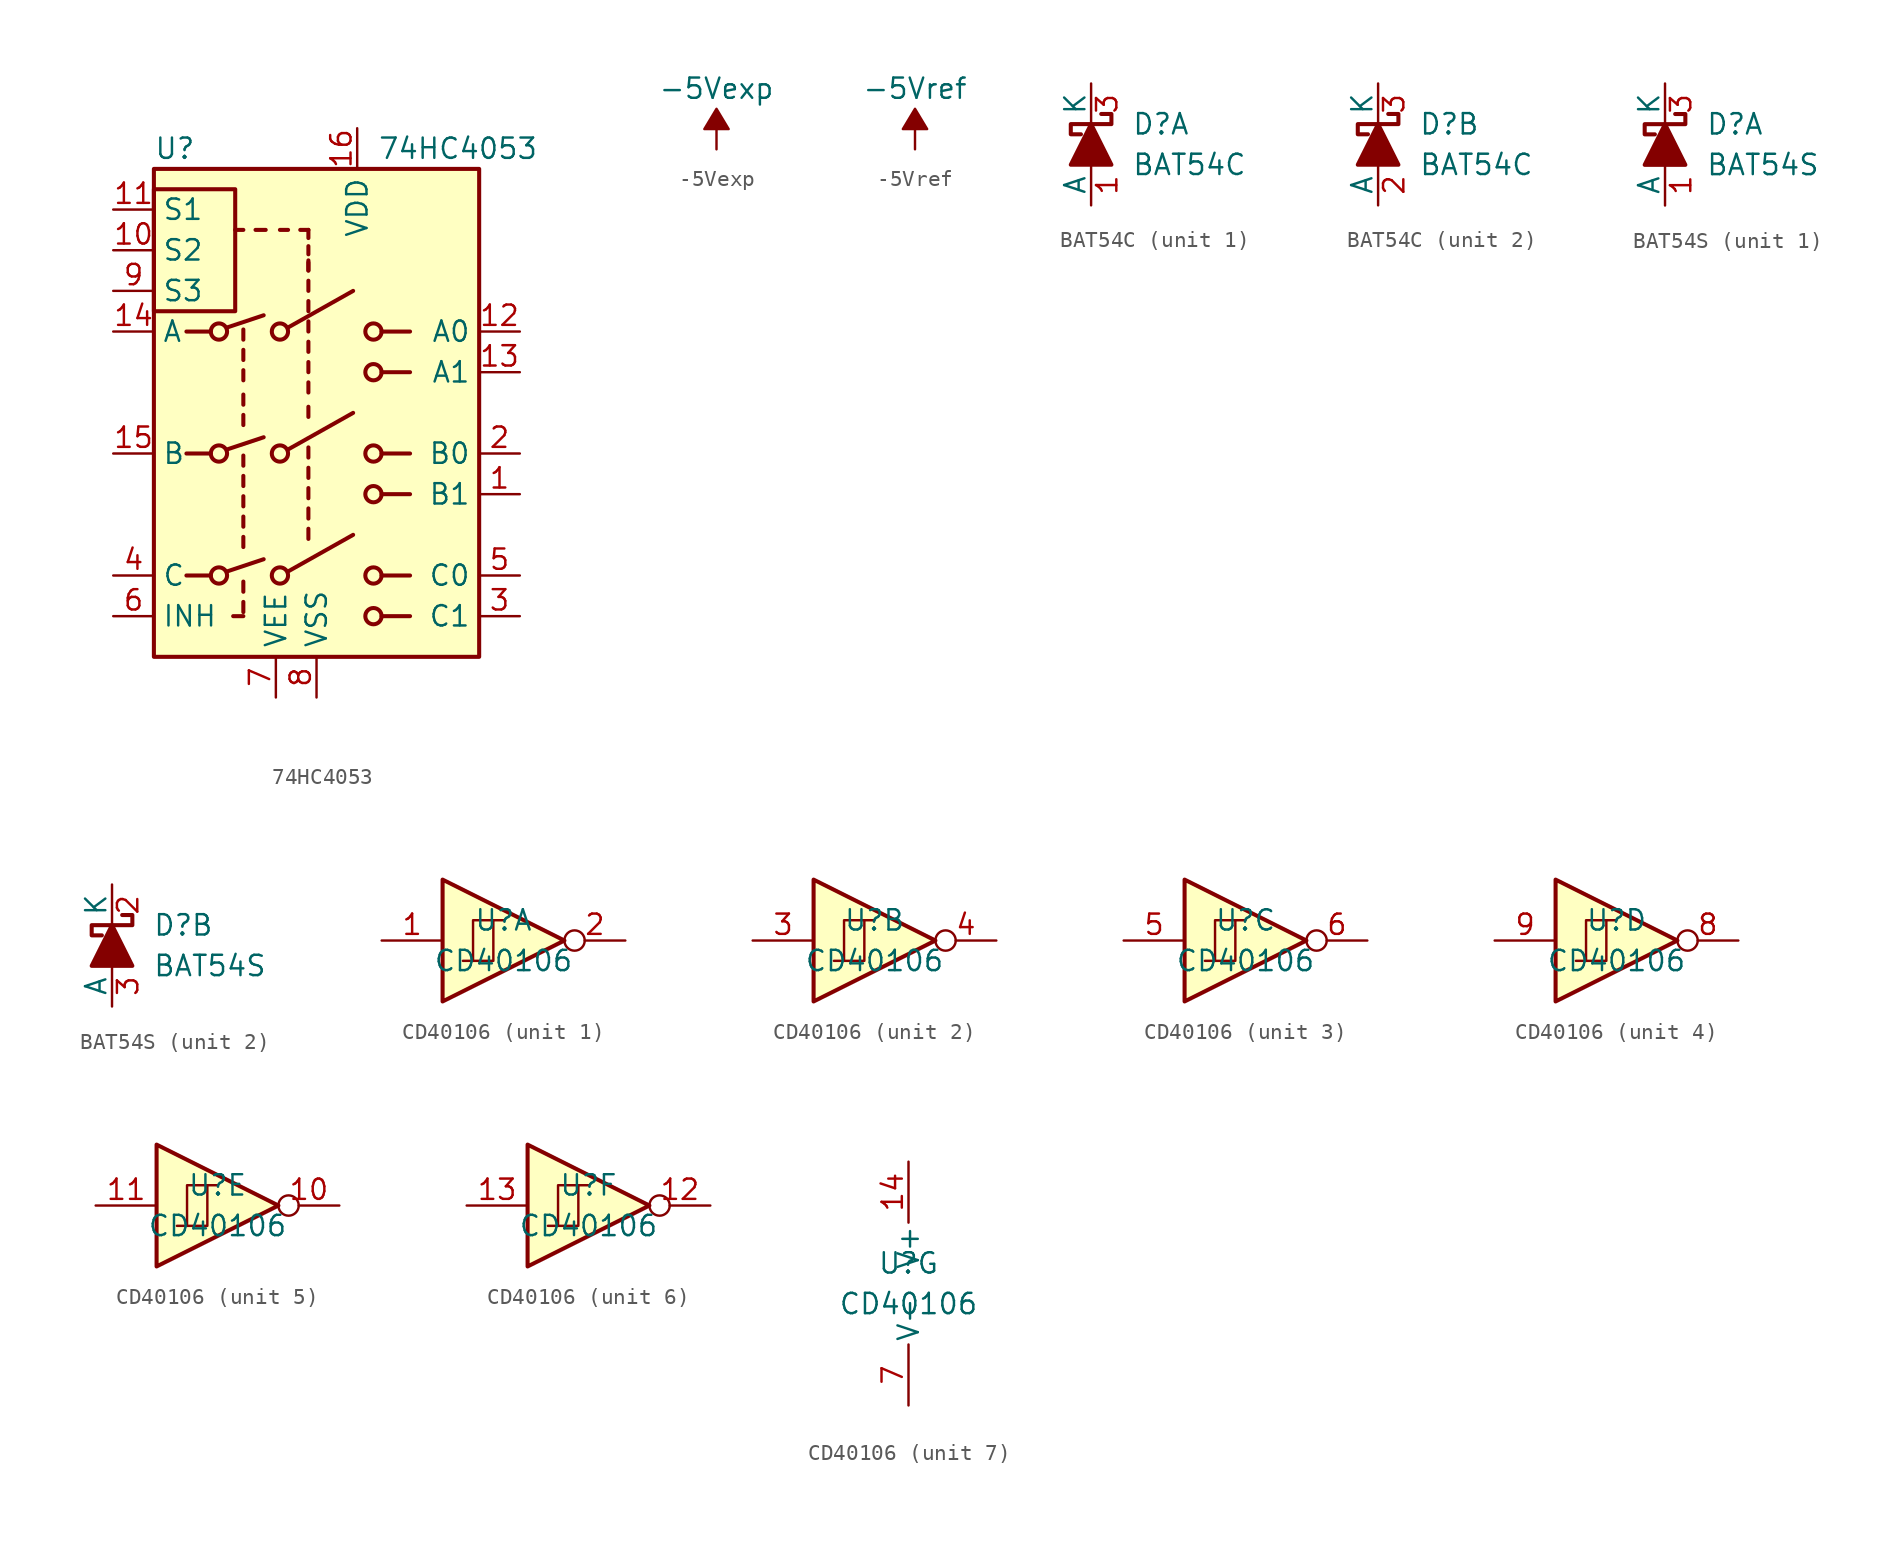
<source format=kicad_sym>
(kicad_symbol_lib
  (version 20231120)
  (generator "kicad_symbol_editor")
  (generator_version "8.0")
  (symbol "74HC4053"
    (property "Reference" "U"
      (at -10.16 16.51 0)
      (effects (font (size 1.27 1.27)) (justify left)))
    (property "Value" "74HC4053"
      (at 3.81 16.51 0)
      (effects (font (size 1.27 1.27)) (justify left)))
    (symbol "74HC4053_0_1"
      (rectangle (start -10.16 6.35) (end -5.08 13.97) (stroke (width 0.254) (type default)) (fill (type none)))
      (rectangle (start -10.16 15.24) (end 10.16 -15.24) (stroke (width 0.254) (type default)) (fill (type background)))
      (circle (center -6.096 -10.16) (radius 0.508) (stroke (width 0.254) (type default)) (fill (type none)))
      (circle (center -6.096 -2.54) (radius 0.508) (stroke (width 0.254) (type default)) (fill (type none)))
      (circle (center -6.096 5.08) (radius 0.508) (stroke (width 0.254) (type default)) (fill (type none)))
      (circle (center -2.286 -10.16) (radius 0.508) (stroke (width 0.254) (type default)) (fill (type none)))
      (circle (center -2.286 -2.54) (radius 0.508) (stroke (width 0.254) (type default)) (fill (type none)))
      (circle (center -2.286 5.08) (radius 0.508) (stroke (width 0.254) (type default)) (fill (type none)))
      (polyline (pts (xy -8.128 -10.16) (xy -6.604 -10.16)) (stroke (width 0.254) (type default)) (fill (type none)))
      (polyline (pts (xy -8.128 -2.54) (xy -6.604 -2.54)) (stroke (width 0.254) (type default)) (fill (type none)))
      (polyline (pts (xy -8.128 5.08) (xy -6.604 5.08)) (stroke (width 0.254) (type default)) (fill (type none)))
      (polyline (pts (xy -5.588 -9.906) (xy -3.302 -9.144)) (stroke (width 0.254) (type default)) (fill (type none)))
      (polyline (pts (xy -5.588 -2.286) (xy -3.302 -1.524)) (stroke (width 0.254) (type default)) (fill (type none)))
      (polyline (pts (xy -5.588 5.334) (xy -3.302 6.096)) (stroke (width 0.254) (type default)) (fill (type none)))
      (polyline (pts (xy -4.572 -12.7) (xy -5.207 -12.7)) (stroke (width 0.254) (type default)) (fill (type none)))
      (polyline (pts (xy -4.572 -12.446) (xy -4.572 -11.811)) (stroke (width 0.254) (type default)) (fill (type none)))
      (polyline (pts (xy -4.572 -11.176) (xy -4.572 -10.541)) (stroke (width 0.254) (type default)) (fill (type none)))
      (polyline (pts (xy -4.572 -8.382) (xy -4.572 -7.747)) (stroke (width 0.254) (type default)) (fill (type none)))
      (polyline (pts (xy -4.572 -7.112) (xy -4.572 -6.477)) (stroke (width 0.254) (type default)) (fill (type none)))
      (polyline (pts (xy -4.572 -5.842) (xy -4.572 -5.207)) (stroke (width 0.254) (type default)) (fill (type none)))
      (polyline (pts (xy -4.572 -4.572) (xy -4.572 -3.937)) (stroke (width 0.254) (type default)) (fill (type none)))
      (polyline (pts (xy -4.572 -3.302) (xy -4.572 -2.667)) (stroke (width 0.254) (type default)) (fill (type none)))
      (polyline (pts (xy -4.572 -0.762) (xy -4.572 -0.127)) (stroke (width 0.254) (type default)) (fill (type none)))
      (polyline (pts (xy -4.572 0.508) (xy -4.572 1.143)) (stroke (width 0.254) (type default)) (fill (type none)))
      (polyline (pts (xy -4.572 2.032) (xy -4.572 2.667)) (stroke (width 0.254) (type default)) (fill (type none)))
      (polyline (pts (xy -4.572 3.302) (xy -4.572 3.937)) (stroke (width 0.254) (type default)) (fill (type none)))
      (polyline (pts (xy -4.572 4.572) (xy -4.572 5.207)) (stroke (width 0.254) (type default)) (fill (type none)))
      (polyline (pts (xy -4.572 11.43) (xy -5.08 11.43)) (stroke (width 0.254) (type default)) (fill (type none)))
      (polyline (pts (xy -3.81 11.43) (xy -3.175 11.43)) (stroke (width 0.254) (type default)) (fill (type none)))
      (polyline (pts (xy -1.778 -9.906) (xy 2.286 -7.62)) (stroke (width 0.254) (type default)) (fill (type none)))
      (polyline (pts (xy -1.778 -2.286) (xy 2.286 0)) (stroke (width 0.254) (type default)) (fill (type none)))
      (polyline (pts (xy -1.778 5.334) (xy 2.286 7.62)) (stroke (width 0.254) (type default)) (fill (type none)))
      (polyline (pts (xy -1.778 11.43) (xy -2.286 11.43)) (stroke (width 0.254) (type default)) (fill (type none)))
      (polyline (pts (xy -0.508 -7.874) (xy -0.508 -7.239)) (stroke (width 0.254) (type default)) (fill (type none)))
      (polyline (pts (xy -0.508 -6.604) (xy -0.508 -5.969)) (stroke (width 0.254) (type default)) (fill (type none)))
      (polyline (pts (xy -0.508 -5.334) (xy -0.508 -4.699)) (stroke (width 0.254) (type default)) (fill (type none)))
      (polyline (pts (xy -0.508 -4.064) (xy -0.508 -3.429)) (stroke (width 0.254) (type default)) (fill (type none)))
      (polyline (pts (xy -0.508 -2.794) (xy -0.508 -2.159)) (stroke (width 0.254) (type default)) (fill (type none)))
      (polyline (pts (xy -0.508 -0.254) (xy -0.508 0.381)) (stroke (width 0.254) (type default)) (fill (type none)))
      (polyline (pts (xy -0.508 1.27) (xy -0.508 1.905)) (stroke (width 0.254) (type default)) (fill (type none)))
      (polyline (pts (xy -0.508 2.54) (xy -0.508 3.175)) (stroke (width 0.254) (type default)) (fill (type none)))
      (polyline (pts (xy -0.508 3.81) (xy -0.508 4.445)) (stroke (width 0.254) (type default)) (fill (type none)))
      (polyline (pts (xy -0.508 5.08) (xy -0.508 5.715)) (stroke (width 0.254) (type default)) (fill (type none)))
      (polyline (pts (xy -0.508 6.35) (xy -0.508 6.985)) (stroke (width 0.254) (type default)) (fill (type none)))
      (polyline (pts (xy -0.508 7.62) (xy -0.508 8.255)) (stroke (width 0.254) (type default)) (fill (type none)))
      (polyline (pts (xy -0.508 8.89) (xy -0.508 9.398)) (stroke (width 0.254) (type default)) (fill (type none)))
      (polyline (pts (xy -0.508 8.89) (xy -0.508 9.525)) (stroke (width 0.254) (type default)) (fill (type none)))
      (polyline (pts (xy -0.508 9.906) (xy -0.508 10.414)) (stroke (width 0.254) (type default)) (fill (type none)))
      (polyline (pts (xy -0.508 10.922) (xy -0.508 11.43)) (stroke (width 0.254) (type default)) (fill (type none)))
      (polyline (pts (xy -0.508 11.43) (xy -1.016 11.43)) (stroke (width 0.254) (type default)) (fill (type none)))
      (polyline (pts (xy 4.064 -12.7) (xy 5.842 -12.7)) (stroke (width 0.254) (type default)) (fill (type none)))
      (polyline (pts (xy 4.064 -10.16) (xy 5.842 -10.16)) (stroke (width 0.254) (type default)) (fill (type none)))
      (polyline (pts (xy 4.064 -5.08) (xy 5.842 -5.08)) (stroke (width 0.254) (type default)) (fill (type none)))
      (polyline (pts (xy 4.064 -2.54) (xy 5.842 -2.54)) (stroke (width 0.254) (type default)) (fill (type none)))
      (polyline (pts (xy 4.064 2.54) (xy 5.842 2.54)) (stroke (width 0.254) (type default)) (fill (type none)))
      (polyline (pts (xy 4.064 5.08) (xy 5.842 5.08)) (stroke (width 0.254) (type default)) (fill (type none)))
      (circle (center 3.556 -12.7) (radius 0.508) (stroke (width 0.254) (type default)) (fill (type none)))
      (circle (center 3.556 -10.16) (radius 0.508) (stroke (width 0.254) (type default)) (fill (type none)))
      (circle (center 3.556 -5.08) (radius 0.508) (stroke (width 0.254) (type default)) (fill (type none)))
      (circle (center 3.556 -2.54) (radius 0.508) (stroke (width 0.254) (type default)) (fill (type none)))
      (circle (center 3.556 2.54) (radius 0.508) (stroke (width 0.254) (type default)) (fill (type none)))
      (circle (center 3.556 5.08) (radius 0.508) (stroke (width 0.254) (type default)) (fill (type none))))
    (symbol "74HC4053_1_1"
      (pin bidirectional line (at 12.7 -5.08 180) (length 2.54) (name "B1" (effects (font (size 1.27 1.27)))) (number "1" (effects (font (size 1.27 1.27)))))
      (pin input line (at -12.7 10.16 0) (length 2.54) (name "S2" (effects (font (size 1.27 1.27)))) (number "10" (effects (font (size 1.27 1.27)))))
      (pin input line (at -12.7 12.7 0) (length 2.54) (name "S1" (effects (font (size 1.27 1.27)))) (number "11" (effects (font (size 1.27 1.27)))))
      (pin bidirectional line (at 12.7 5.08 180) (length 2.54) (name "A0" (effects (font (size 1.27 1.27)))) (number "12" (effects (font (size 1.27 1.27)))))
      (pin bidirectional line (at 12.7 2.54 180) (length 2.54) (name "A1" (effects (font (size 1.27 1.27)))) (number "13" (effects (font (size 1.27 1.27)))))
      (pin bidirectional line (at -12.7 5.08 0) (length 2.54) (name "A" (effects (font (size 1.27 1.27)))) (number "14" (effects (font (size 1.27 1.27)))))
      (pin bidirectional line (at -12.7 -2.54 0) (length 2.54) (name "B" (effects (font (size 1.27 1.27)))) (number "15" (effects (font (size 1.27 1.27)))))
      (pin power_in line (at 2.54 17.78 270) (length 2.54) (name "VDD" (effects (font (size 1.27 1.27)))) (number "16" (effects (font (size 1.27 1.27)))))
      (pin bidirectional line (at 12.7 -2.54 180) (length 2.54) (name "B0" (effects (font (size 1.27 1.27)))) (number "2" (effects (font (size 1.27 1.27)))))
      (pin bidirectional line (at 12.7 -12.7 180) (length 2.54) (name "C1" (effects (font (size 1.27 1.27)))) (number "3" (effects (font (size 1.27 1.27)))))
      (pin bidirectional line (at -12.7 -10.16 0) (length 2.54) (name "C" (effects (font (size 1.27 1.27)))) (number "4" (effects (font (size 1.27 1.27)))))
      (pin bidirectional line (at 12.7 -10.16 180) (length 2.54) (name "C0" (effects (font (size 1.27 1.27)))) (number "5" (effects (font (size 1.27 1.27)))))
      (pin input line (at -12.7 -12.7 0) (length 2.54) (name "INH" (effects (font (size 1.27 1.27)))) (number "6" (effects (font (size 1.27 1.27)))))
      (pin power_in line (at -2.54 -17.78 90) (length 2.54) (name "VEE" (effects (font (size 1.27 1.27)))) (number "7" (effects (font (size 1.27 1.27)))))
      (pin power_in line (at 0 -17.78 90) (length 2.54) (name "VSS" (effects (font (size 1.27 1.27)))) (number "8" (effects (font (size 1.27 1.27)))))
      (pin input line (at -12.7 7.62 0) (length 2.54) (name "S3" (effects (font (size 1.27 1.27)))) (number "9" (effects (font (size 1.27 1.27)))))))
  (symbol "-5Vexp"
    (power)
    (pin_names
      (offset 0))
    (property "Reference" "#PWR"
      (at 0 2.54 0)
      (effects (font (size 1.27 1.27)) (hide yes)))
    (property "Value" "-5Vexp"
      (at 0 3.81 0)
      (effects (font (size 1.27 1.27))))
    (symbol "-5Vexp_0_1"
      (polyline (pts (xy 0 0) (xy 0 1.27) (xy 0.762 1.27) (xy 0 2.54) (xy -0.762 1.27) (xy 0 1.27)) (stroke (width 0) (type default)) (fill (type outline))))
    (symbol "-5Vexp_1_0"
      (pin power_in line (at 0 0 90) (length 0) hide (name "-5Vexp" (effects (font (size 1.27 1.27)))) (number "1" (effects (font (size 1.27 1.27)))))))
  (symbol "-5Vref"
    (power)
    (pin_names
      (offset 0))
    (property "Reference" "#PWR"
      (at 0 2.54 0)
      (effects (font (size 1.27 1.27)) (hide yes)))
    (property "Value" "-5Vref"
      (at 0 3.81 0)
      (effects (font (size 1.27 1.27))))
    (symbol "-5Vref_0_1"
      (polyline (pts (xy 0 0) (xy 0 1.27) (xy 0.762 1.27) (xy 0 2.54) (xy -0.762 1.27) (xy 0 1.27)) (stroke (width 0) (type default)) (fill (type outline))))
    (symbol "-5Vref_1_0"
      (pin power_in line (at 0 0 90) (length 0) hide (name "-5Vref" (effects (font (size 1.27 1.27)))) (number "1" (effects (font (size 1.27 1.27)))))))
  (symbol "BAT54C"
    (pin_names
      (offset 0))
    (property "Reference" "D"
      (at 2.54 1.27 0)
      (effects (font (size 1.27 1.27)) (justify left)))
    (property "Value" "BAT54C"
      (at 2.54 -1.27 0)
      (effects (font (size 1.27 1.27)) (justify left)))
    (property "ki_locked" ""
      (at 0 0 0)
      (effects (font (size 1.27 1.27))))
    (symbol "BAT54C_0_1"
      (polyline (pts (xy 1.27 -1.27) (xy -1.27 -1.27) (xy 0 1.27) (xy 1.27 -1.27)) (stroke (width 0.254) (type default)) (fill (type outline)))
      (polyline (pts (xy 0.635 1.905) (xy 1.27 1.905) (xy 1.27 1.27) (xy -1.27 1.27) (xy -1.27 0.635) (xy -0.635 0.635)) (stroke (width 0.254) (type default)) (fill (type none))))
    (symbol "BAT54C_1_1"
      (pin passive line (at 0 -3.81 90) (length 2.54) (name "A" (effects (font (size 1.27 1.27)))) (number "1" (effects (font (size 1.27 1.27)))))
      (pin passive line (at 0 3.81 270) (length 2.54) (name "K" (effects (font (size 1.27 1.27)))) (number "3" (effects (font (size 1.27 1.27))))))
    (symbol "BAT54C_2_1"
      (pin passive line (at 0 -3.81 90) (length 2.54) (name "A" (effects (font (size 1.27 1.27)))) (number "2" (effects (font (size 1.27 1.27)))))
      (pin passive line (at 0 3.81 270) (length 2.54) (name "K" (effects (font (size 1.27 1.27)))) (number "3" (effects (font (size 1.27 1.27)))))))
  (symbol "BAT54S"
    (pin_names
      (offset 0))
    (property "Reference" "D"
      (at 2.54 1.27 0)
      (effects (font (size 1.27 1.27)) (justify left)))
    (property "Value" "BAT54S"
      (at 2.54 -1.27 0)
      (effects (font (size 1.27 1.27)) (justify left)))
    (property "ki_locked" ""
      (at 0 0 0)
      (effects (font (size 1.27 1.27))))
    (symbol "BAT54S_0_1"
      (polyline (pts (xy 1.27 -1.27) (xy -1.27 -1.27) (xy 0 1.27) (xy 1.27 -1.27)) (stroke (width 0.254) (type default)) (fill (type outline)))
      (polyline (pts (xy 0.635 1.905) (xy 1.27 1.905) (xy 1.27 1.27) (xy -1.27 1.27) (xy -1.27 0.635) (xy -0.635 0.635)) (stroke (width 0.254) (type default)) (fill (type none))))
    (symbol "BAT54S_1_1"
      (pin passive line (at 0 -3.81 90) (length 2.54) (name "A" (effects (font (size 1.27 1.27)))) (number "1" (effects (font (size 1.27 1.27)))))
      (pin passive line (at 0 3.81 270) (length 2.54) (name "K" (effects (font (size 1.27 1.27)))) (number "3" (effects (font (size 1.27 1.27))))))
    (symbol "BAT54S_2_1"
      (pin passive line (at 0 3.81 270) (length 2.54) (name "K" (effects (font (size 1.27 1.27)))) (number "2" (effects (font (size 1.27 1.27)))))
      (pin passive line (at 0 -3.81 90) (length 2.54) (name "A" (effects (font (size 1.27 1.27)))) (number "3" (effects (font (size 1.27 1.27)))))))
  (symbol "CD40106"
    (pin_names
      (offset 0.127))
    (property "Reference" "U"
      (at 0 1.27 0)
      (effects (font (size 1.27 1.27))))
    (property "Value" "CD40106"
      (at 0 -1.27 0)
      (effects (font (size 1.27 1.27))))
    (property "ki_locked" ""
      (at 0 0 0)
      (effects (font (size 1.27 1.27))))
    (symbol "CD40106_1_0"
      (polyline (pts (xy -1.905 -1.27) (xy -1.905 1.27) (xy -0.635 1.27)) (stroke (width 0) (type default)) (fill (type none)))
      (polyline (pts (xy -3.81 3.81) (xy -3.81 -3.81) (xy 3.81 0) (xy -3.81 3.81)) (stroke (width 0.254) (type default)) (fill (type background)))
      (polyline (pts (xy -2.54 -1.27) (xy -0.635 -1.27) (xy -0.635 1.27) (xy 0 1.27)) (stroke (width 0) (type default)) (fill (type none)))
      (pin input line (at -7.62 0 0) (length 3.81) (name "~" (effects (font (size 1.27 1.27)))) (number "1" (effects (font (size 1.27 1.27)))))
      (pin output inverted (at 7.62 0 180) (length 3.81) (name "~" (effects (font (size 1.27 1.27)))) (number "2" (effects (font (size 1.27 1.27))))))
    (symbol "CD40106_2_0"
      (polyline (pts (xy -1.905 -1.27) (xy -1.905 1.27) (xy -0.635 1.27)) (stroke (width 0) (type default)) (fill (type none)))
      (polyline (pts (xy -3.81 3.81) (xy -3.81 -3.81) (xy 3.81 0) (xy -3.81 3.81)) (stroke (width 0.254) (type default)) (fill (type background)))
      (polyline (pts (xy -2.54 -1.27) (xy -0.635 -1.27) (xy -0.635 1.27) (xy 0 1.27)) (stroke (width 0) (type default)) (fill (type none)))
      (pin input line (at -7.62 0 0) (length 3.81) (name "~" (effects (font (size 1.27 1.27)))) (number "3" (effects (font (size 1.27 1.27)))))
      (pin output inverted (at 7.62 0 180) (length 3.81) (name "~" (effects (font (size 1.27 1.27)))) (number "4" (effects (font (size 1.27 1.27))))))
    (symbol "CD40106_3_0"
      (polyline (pts (xy -1.905 -1.27) (xy -1.905 1.27) (xy -0.635 1.27)) (stroke (width 0) (type default)) (fill (type none)))
      (polyline (pts (xy -3.81 3.81) (xy -3.81 -3.81) (xy 3.81 0) (xy -3.81 3.81)) (stroke (width 0.254) (type default)) (fill (type background)))
      (polyline (pts (xy -2.54 -1.27) (xy -0.635 -1.27) (xy -0.635 1.27) (xy 0 1.27)) (stroke (width 0) (type default)) (fill (type none)))
      (pin input line (at -7.62 0 0) (length 3.81) (name "~" (effects (font (size 1.27 1.27)))) (number "5" (effects (font (size 1.27 1.27)))))
      (pin output inverted (at 7.62 0 180) (length 3.81) (name "~" (effects (font (size 1.27 1.27)))) (number "6" (effects (font (size 1.27 1.27))))))
    (symbol "CD40106_4_0"
      (polyline (pts (xy -1.905 -1.27) (xy -1.905 1.27) (xy -0.635 1.27)) (stroke (width 0) (type default)) (fill (type none)))
      (polyline (pts (xy -3.81 3.81) (xy -3.81 -3.81) (xy 3.81 0) (xy -3.81 3.81)) (stroke (width 0.254) (type default)) (fill (type background)))
      (polyline (pts (xy -2.54 -1.27) (xy -0.635 -1.27) (xy -0.635 1.27) (xy 0 1.27)) (stroke (width 0) (type default)) (fill (type none)))
      (pin output inverted (at 7.62 0 180) (length 3.81) (name "~" (effects (font (size 1.27 1.27)))) (number "8" (effects (font (size 1.27 1.27)))))
      (pin input line (at -7.62 0 0) (length 3.81) (name "~" (effects (font (size 1.27 1.27)))) (number "9" (effects (font (size 1.27 1.27))))))
    (symbol "CD40106_5_0"
      (polyline (pts (xy -1.905 -1.27) (xy -1.905 1.27) (xy -0.635 1.27)) (stroke (width 0) (type default)) (fill (type none)))
      (polyline (pts (xy -3.81 3.81) (xy -3.81 -3.81) (xy 3.81 0) (xy -3.81 3.81)) (stroke (width 0.254) (type default)) (fill (type background)))
      (polyline (pts (xy -2.54 -1.27) (xy -0.635 -1.27) (xy -0.635 1.27) (xy 0 1.27)) (stroke (width 0) (type default)) (fill (type none)))
      (pin output inverted (at 7.62 0 180) (length 3.81) (name "~" (effects (font (size 1.27 1.27)))) (number "10" (effects (font (size 1.27 1.27)))))
      (pin input line (at -7.62 0 0) (length 3.81) (name "~" (effects (font (size 1.27 1.27)))) (number "11" (effects (font (size 1.27 1.27))))))
    (symbol "CD40106_6_0"
      (polyline (pts (xy -1.905 -1.27) (xy -1.905 1.27) (xy -0.635 1.27)) (stroke (width 0) (type default)) (fill (type none)))
      (polyline (pts (xy -3.81 3.81) (xy -3.81 -3.81) (xy 3.81 0) (xy -3.81 3.81)) (stroke (width 0.254) (type default)) (fill (type background)))
      (polyline (pts (xy -2.54 -1.27) (xy -0.635 -1.27) (xy -0.635 1.27) (xy 0 1.27)) (stroke (width 0) (type default)) (fill (type none)))
      (pin output inverted (at 7.62 0 180) (length 3.81) (name "~" (effects (font (size 1.27 1.27)))) (number "12" (effects (font (size 1.27 1.27)))))
      (pin input line (at -7.62 0 0) (length 3.81) (name "~" (effects (font (size 1.27 1.27)))) (number "13" (effects (font (size 1.27 1.27))))))
    (symbol "CD40106_7_1"
      (pin power_in line (at 0 7.62 270) (length 3.81) (name "V+" (effects (font (size 1.27 1.27)))) (number "14" (effects (font (size 1.27 1.27)))))
      (pin power_in line (at 0 -7.62 90) (length 3.81) (name "V-" (effects (font (size 1.27 1.27)))) (number "7" (effects (font (size 1.27 1.27))))))))
</source>
